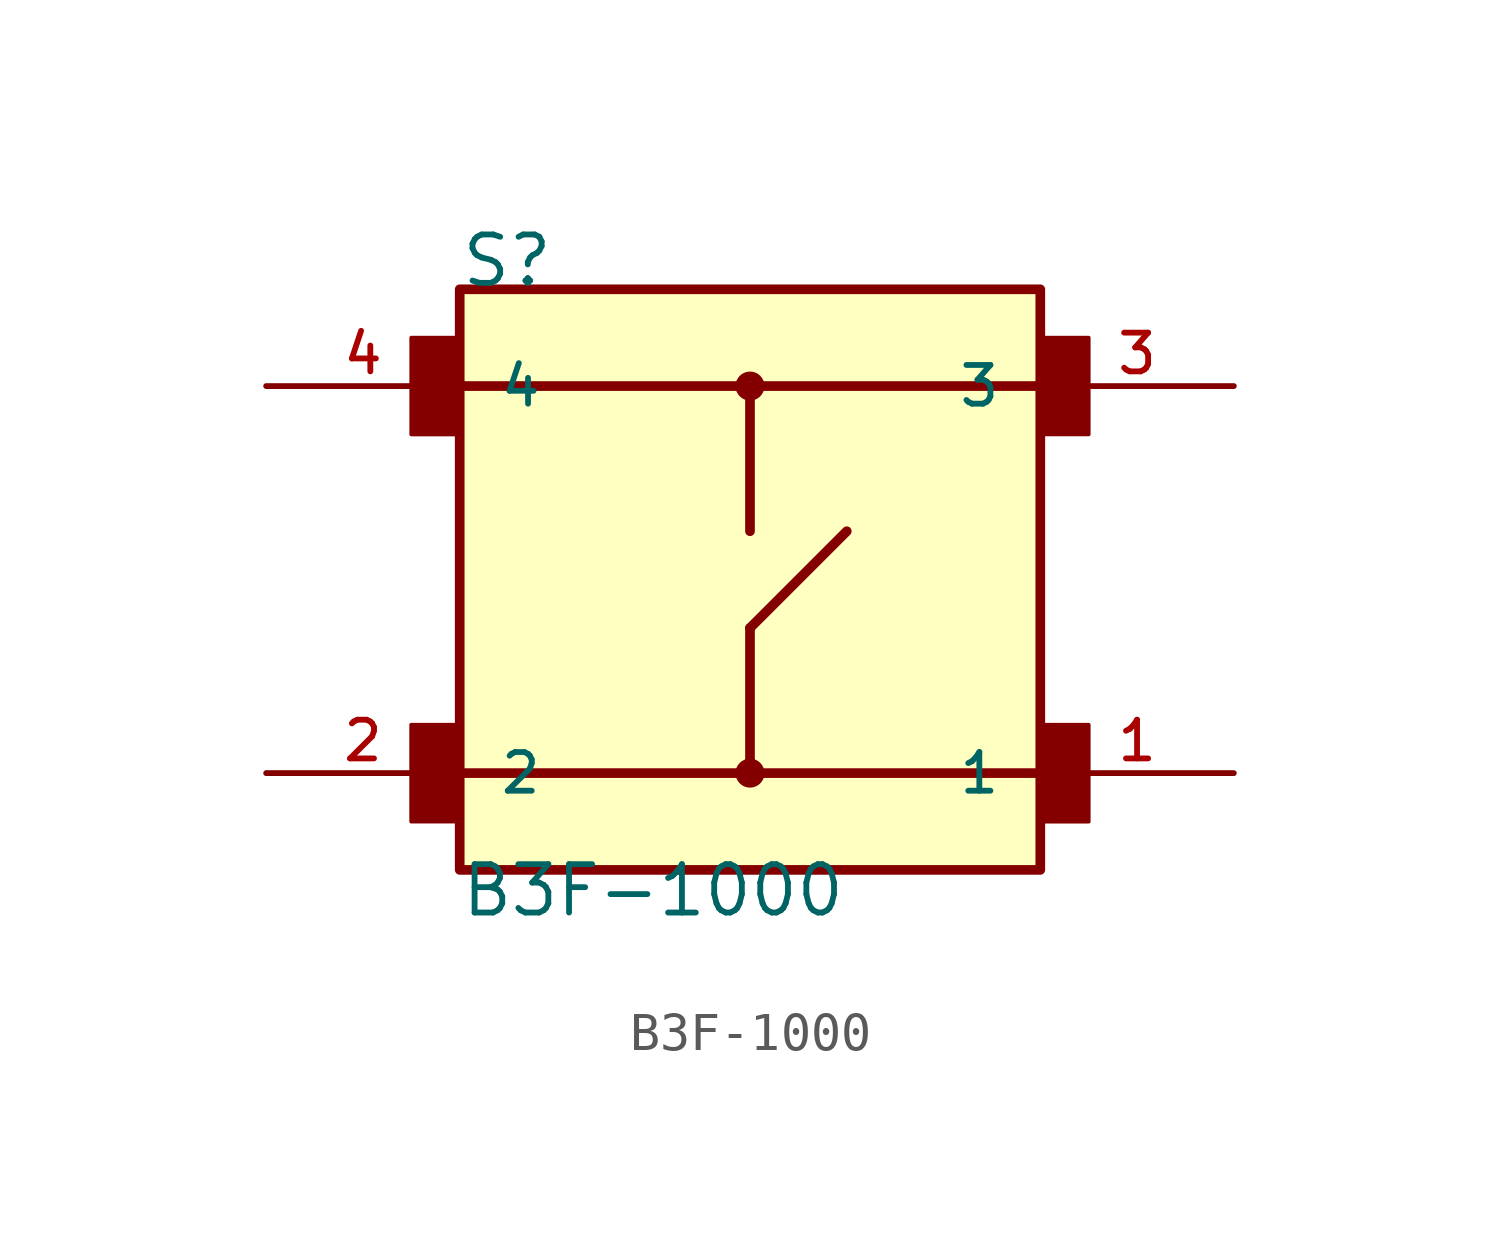
<source format=kicad_sym>
(kicad_symbol_lib
  (version 20241209)
  (generator "kicad_symbol_editor")
  (generator_version "9.0")
  (symbol "B3F-1000"
    (pin_names
      (offset 1.016))
    (property "Reference" "S"
      (at -7.626 7.626 0)
      (effects (font (size 1.27 1.27)) (justify left bottom)))
    (property "Value" "B3F-1000"
      (at -7.632 -8.903 0)
      (effects (font (size 1.27 1.27)) (justify left bottom)))
    (symbol "B3F-1000_0_0"
      (rectangle (start -8.893 -6.352) (end -7.62 -3.81) (stroke (width 0.1) (type default)) (fill (type outline)))
      (rectangle (start -8.891 3.811) (end -7.62 6.35) (stroke (width 0.1) (type default)) (fill (type outline)))
      (polyline (pts (xy -7.62 5.08) (xy 7.62 5.08)) (stroke (width 0.254) (type default)) (fill (type none)))
      (polyline (pts (xy -7.62 -5.08) (xy 7.62 -5.08)) (stroke (width 0.254) (type default)) (fill (type none)))
      (rectangle (start -7.62 -7.62) (end 7.62 7.62) (stroke (width 0.254) (type default)) (fill (type background)))
      (circle (center 0 5.08) (radius 0.254) (stroke (width 0.254) (type default)) (fill (type none)))
      (polyline (pts (xy 0 5.08) (xy 0 1.27)) (stroke (width 0.254) (type default)) (fill (type none)))
      (polyline (pts (xy 0 -1.27) (xy 2.54 1.27)) (stroke (width 0.254) (type default)) (fill (type none)))
      (polyline (pts (xy 0 -5.08) (xy 0 -1.27)) (stroke (width 0.254) (type default)) (fill (type none)))
      (circle (center 0 -5.08) (radius 0.254) (stroke (width 0.254) (type default)) (fill (type none)))
      (rectangle (start 7.624 -6.353) (end 8.89 -3.81) (stroke (width 0.1) (type default)) (fill (type outline)))
      (rectangle (start 7.624 3.812) (end 8.89 6.35) (stroke (width 0.1) (type default)) (fill (type outline)))
      (pin passive line (at -12.7 5.08 0) (length 5.08) (name "4" (effects (font (size 1.016 1.016)))) (number "4" (effects (font (size 1.016 1.016)))))
      (pin passive line (at -12.7 -5.08 0) (length 5.08) (name "2" (effects (font (size 1.016 1.016)))) (number "2" (effects (font (size 1.016 1.016)))))
      (pin passive line (at 12.7 5.08 180) (length 5.08) (name "3" (effects (font (size 1.016 1.016)))) (number "3" (effects (font (size 1.016 1.016)))))
      (pin passive line (at 12.7 -5.08 180) (length 5.08) (name "1" (effects (font (size 1.016 1.016)))) (number "1" (effects (font (size 1.016 1.016))))))))
</source>
